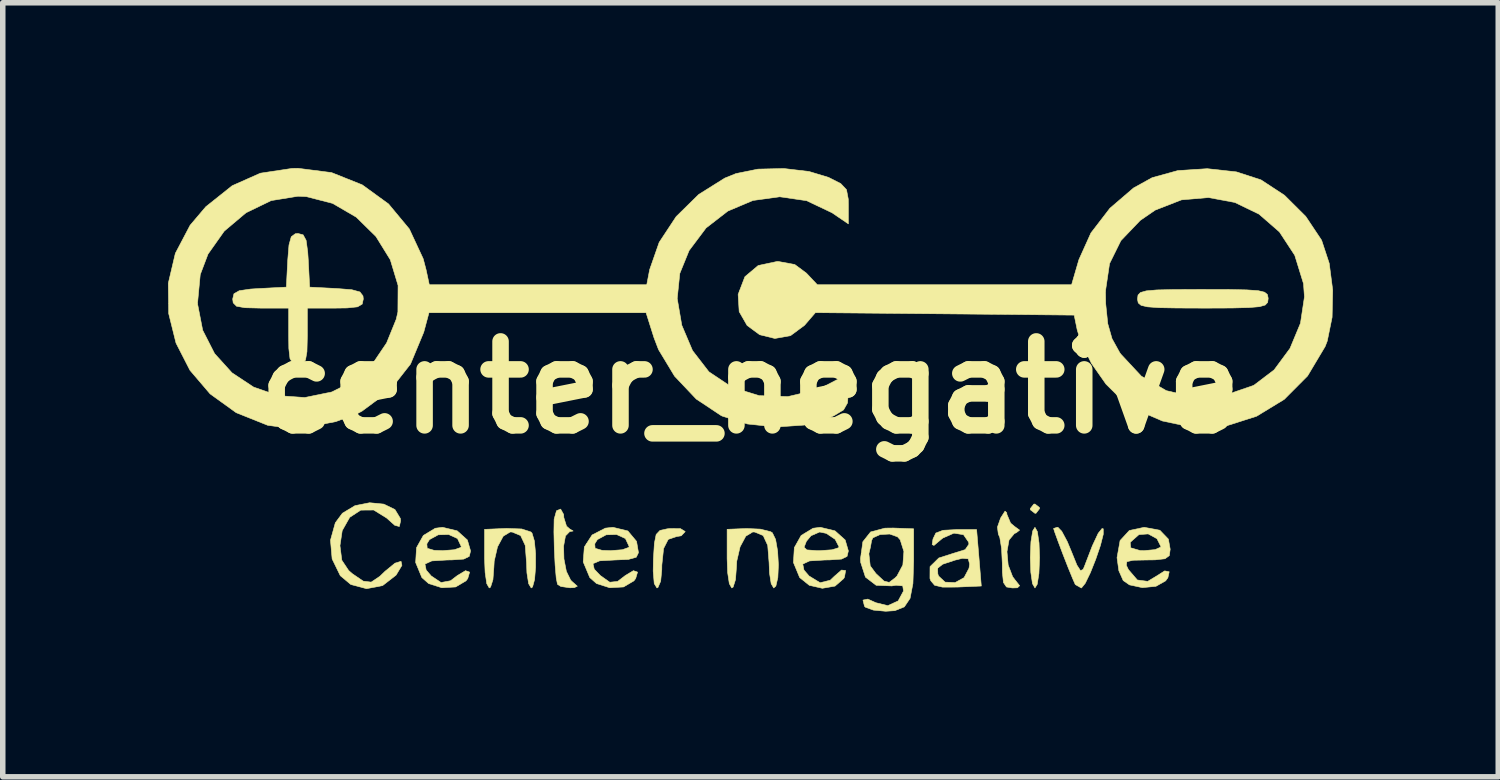
<source format=kicad_pcb>
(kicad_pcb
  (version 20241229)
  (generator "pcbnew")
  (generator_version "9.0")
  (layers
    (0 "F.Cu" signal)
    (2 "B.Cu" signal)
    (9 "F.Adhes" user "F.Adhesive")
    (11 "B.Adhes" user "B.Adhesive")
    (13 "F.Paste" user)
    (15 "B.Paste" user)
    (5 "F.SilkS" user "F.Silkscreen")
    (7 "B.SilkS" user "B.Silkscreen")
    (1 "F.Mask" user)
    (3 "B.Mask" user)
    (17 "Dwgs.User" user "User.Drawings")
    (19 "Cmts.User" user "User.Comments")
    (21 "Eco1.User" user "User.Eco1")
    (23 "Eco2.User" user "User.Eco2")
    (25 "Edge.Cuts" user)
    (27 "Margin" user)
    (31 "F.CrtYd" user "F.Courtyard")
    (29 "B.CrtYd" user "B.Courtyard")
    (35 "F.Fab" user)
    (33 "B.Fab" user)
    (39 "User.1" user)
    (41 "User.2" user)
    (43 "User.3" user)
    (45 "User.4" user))
  (footprint "center_negative"
    (layer "F.Cu")
    (at 10.572 3.982)
    (property "Reference" "center_negative" (at 0 0 0) (layer "F.SilkS") (effects (font (size 1.524 1.524) (thickness 0.3))))
    (attr through_hole)
    (fp_poly (pts (xy 5.247 2.181) (xy 5.249 2.201) (xy 5.185 2.284) (xy 5.165 2.286) (xy 5.082 2.222) (xy 5.08 2.201) (xy 5.144 2.119) (xy 5.165 2.117) (xy 5.247 2.181)) (stroke (width 0.01) (type solid)) (fill yes) (layer "F.SilkS"))
    (fp_poly (pts (xy 5.209 2.618) (xy 5.239 2.824) (xy 5.249 3.09) (xy 5.237 3.378) (xy 5.206 3.575) (xy 5.165 3.641) (xy 5.12 3.563) (xy 5.09 3.357) (xy 5.08 3.09) (xy 5.092 2.803) (xy 5.124 2.606) (xy 5.165 2.54) (xy 5.209 2.618)) (stroke (width 0.01) (type solid)) (fill yes) (layer "F.SilkS"))
    (fp_poly (pts (xy -1.27 2.564) (xy -1.186 2.615) (xy -1.185 2.62) (xy -1.256 2.694) (xy -1.346 2.709) (xy -1.492 2.759) (xy -1.576 2.924) (xy -1.608 3.226) (xy -1.609 3.309) (xy -1.629 3.518) (xy -1.679 3.633) (xy -1.697 3.641) (xy -1.746 3.561) (xy -1.765 3.337) (xy -1.761 3.117) (xy -1.743 2.83) (xy -1.711 2.67) (xy -1.642 2.597) (xy -1.513 2.568) (xy -1.46 2.562) (xy -1.27 2.564)) (stroke (width 0.01) (type solid)) (fill yes) (layer "F.SilkS"))
    (fp_poly (pts (xy -3.39 2.308) (xy -3.387 2.364) (xy -3.338 2.519) (xy -3.281 2.569) (xy -3.218 2.607) (xy -3.281 2.618) (xy -3.357 2.696) (xy -3.391 2.881) (xy -3.385 3.114) (xy -3.341 3.34) (xy -3.262 3.5) (xy -3.239 3.523) (xy -3.142 3.609) (xy -3.197 3.635) (xy -3.276 3.638) (xy -3.441 3.614) (xy -3.502 3.575) (xy -3.525 3.461) (xy -3.545 3.229) (xy -3.56 2.933) (xy -3.567 2.624) (xy -3.563 2.392) (xy -3.52 2.239) (xy -3.445 2.209) (xy -3.39 2.308)) (stroke (width 0.01) (type solid)) (fill yes) (layer "F.SilkS"))
    (fp_poly (pts (xy 4.654 2.276) (xy 4.655 2.303) (xy 4.723 2.464) (xy 4.793 2.523) (xy 4.886 2.591) (xy 4.826 2.639) (xy 4.793 2.652) (xy 4.695 2.769) (xy 4.657 2.982) (xy 4.679 3.225) (xy 4.76 3.437) (xy 4.797 3.486) (xy 4.887 3.6) (xy 4.847 3.638) (xy 4.754 3.641) (xy 4.648 3.623) (xy 4.593 3.542) (xy 4.574 3.357) (xy 4.572 3.192) (xy 4.559 2.924) (xy 4.527 2.725) (xy 4.5 2.663) (xy 4.484 2.536) (xy 4.542 2.371) (xy 4.622 2.246) (xy 4.654 2.276)) (stroke (width 0.01) (type solid)) (fill yes) (layer "F.SilkS"))
    (fp_poly (pts (xy -4.151 2.57) (xy -3.984 2.625) (xy -3.964 2.647) (xy -3.921 2.79) (xy -3.9 3.016) (xy -3.9 3.267) (xy -3.918 3.488) (xy -3.955 3.623) (xy -3.979 3.641) (xy -4.026 3.564) (xy -4.057 3.367) (xy -4.064 3.184) (xy -4.088 2.868) (xy -4.171 2.69) (xy -4.324 2.626) (xy -4.361 2.625) (xy -4.487 2.701) (xy -4.591 2.895) (xy -4.651 3.155) (xy -4.657 3.266) (xy -4.674 3.491) (xy -4.717 3.625) (xy -4.741 3.641) (xy -4.786 3.563) (xy -4.816 3.359) (xy -4.826 3.109) (xy -4.826 2.577) (xy -4.428 2.56) (xy -4.151 2.57)) (stroke (width 0.01) (type solid)) (fill yes) (layer "F.SilkS"))
    (fp_poly (pts (xy 0.182 2.573) (xy 0.367 2.62) (xy 0.398 2.639) (xy 0.457 2.76) (xy 0.494 2.973) (xy 0.508 3.222) (xy 0.498 3.451) (xy 0.462 3.606) (xy 0.423 3.641) (xy 0.377 3.564) (xy 0.346 3.367) (xy 0.339 3.184) (xy 0.314 2.868) (xy 0.232 2.69) (xy 0.079 2.626) (xy 0.041 2.625) (xy -0.084 2.701) (xy -0.188 2.895) (xy -0.248 3.155) (xy -0.254 3.266) (xy -0.271 3.491) (xy -0.314 3.625) (xy -0.339 3.641) (xy -0.383 3.563) (xy -0.414 3.359) (xy -0.423 3.108) (xy -0.423 2.576) (xy -0.068 2.562) (xy 0.182 2.573)) (stroke (width 0.01) (type solid)) (fill yes) (layer "F.SilkS"))
    (fp_poly (pts (xy 5.652 2.613) (xy 5.752 2.8) (xy 5.829 2.985) (xy 5.927 3.227) (xy 5.992 3.327) (xy 6.039 3.304) (xy 6.059 3.26) (xy 6.206 2.878) (xy 6.313 2.649) (xy 6.383 2.562) (xy 6.405 2.567) (xy 6.405 2.667) (xy 6.354 2.868) (xy 6.269 3.118) (xy 6.171 3.364) (xy 6.078 3.556) (xy 6.01 3.64) (xy 6.006 3.641) (xy 5.9 3.581) (xy 5.896 3.576) (xy 5.851 3.474) (xy 5.769 3.274) (xy 5.673 3.029) (xy 5.584 2.793) (xy 5.521 2.619) (xy 5.503 2.561) (xy 5.568 2.54) (xy 5.582 2.54) (xy 5.652 2.613)) (stroke (width 0.01) (type solid)) (fill yes) (layer "F.SilkS"))
    (fp_poly (pts (xy 8.682 -1.777) (xy 9.007 -1.77) (xy 9.216 -1.756) (xy 9.333 -1.728) (xy 9.385 -1.685) (xy 9.398 -1.621) (xy 9.398 -1.609) (xy 9.389 -1.542) (xy 9.345 -1.495) (xy 9.241 -1.465) (xy 9.049 -1.449) (xy 8.744 -1.441) (xy 8.301 -1.439) (xy 8.213 -1.439) (xy 7.744 -1.441) (xy 7.418 -1.447) (xy 7.209 -1.462) (xy 7.092 -1.489) (xy 7.04 -1.533) (xy 7.027 -1.596) (xy 7.027 -1.609) (xy 7.036 -1.676) (xy 7.08 -1.722) (xy 7.185 -1.752) (xy 7.376 -1.769) (xy 7.681 -1.776) (xy 8.125 -1.778) (xy 8.213 -1.778) (xy 8.682 -1.777)) (stroke (width 0.01) (type solid)) (fill yes) (layer "F.SilkS"))
    (fp_poly (pts (xy -6.655 2.119) (xy -6.453 2.217) (xy -6.354 2.38) (xy -6.35 2.423) (xy -6.373 2.526) (xy -6.457 2.503) (xy -6.604 2.371) (xy -6.839 2.226) (xy -7.073 2.228) (xy -7.274 2.359) (xy -7.41 2.6) (xy -7.451 2.873) (xy -7.417 3.138) (xy -7.294 3.323) (xy -7.228 3.381) (xy -7.029 3.517) (xy -6.884 3.535) (xy -6.726 3.429) (xy -6.634 3.34) (xy -6.452 3.191) (xy -6.342 3.157) (xy -6.326 3.231) (xy -6.43 3.404) (xy -6.435 3.41) (xy -6.677 3.598) (xy -6.968 3.654) (xy -7.254 3.578) (xy -7.445 3.418) (xy -7.593 3.114) (xy -7.623 2.774) (xy -7.535 2.458) (xy -7.406 2.284) (xy -7.178 2.147) (xy -6.912 2.094) (xy -6.655 2.119)) (stroke (width 0.01) (type solid)) (fill yes) (layer "F.SilkS"))
    (fp_poly (pts (xy 4.149 3.094) (xy 4.191 3.606) (xy 3.753 3.625) (xy 3.488 3.626) (xy 3.343 3.592) (xy 3.273 3.508) (xy 3.259 3.468) (xy 3.26 3.283) (xy 3.398 3.283) (xy 3.402 3.387) (xy 3.416 3.425) (xy 3.534 3.535) (xy 3.716 3.543) (xy 3.878 3.454) (xy 3.968 3.283) (xy 3.979 3.206) (xy 3.954 3.112) (xy 3.848 3.103) (xy 3.714 3.136) (xy 3.49 3.21) (xy 3.398 3.283) (xy 3.26 3.283) (xy 3.261 3.253) (xy 3.42 3.097) (xy 3.691 3.01) (xy 3.899 2.945) (xy 3.966 2.847) (xy 3.962 2.811) (xy 3.868 2.674) (xy 3.694 2.646) (xy 3.494 2.734) (xy 3.455 2.765) (xy 3.332 2.869) (xy 3.299 2.854) (xy 3.314 2.752) (xy 3.366 2.644) (xy 3.496 2.594) (xy 3.726 2.582) (xy 4.106 2.582) (xy 4.149 3.094)) (stroke (width 0.01) (type solid)) (fill yes) (layer "F.SilkS"))
    (fp_poly (pts (xy -8.119 -2.769) (xy -8.065 -2.669) (xy -8.036 -2.456) (xy -8.026 -2.307) (xy -8.001 -1.82) (xy -7.514 -1.795) (xy -7.236 -1.773) (xy -7.088 -1.732) (xy -7.033 -1.66) (xy -7.027 -1.604) (xy -7.047 -1.512) (xy -7.132 -1.462) (xy -7.32 -1.442) (xy -7.535 -1.439) (xy -8.043 -1.439) (xy -8.043 -0.931) (xy -8.05 -0.648) (xy -8.077 -0.494) (xy -8.138 -0.433) (xy -8.213 -0.423) (xy -8.307 -0.442) (xy -8.358 -0.523) (xy -8.379 -0.706) (xy -8.382 -0.931) (xy -8.382 -1.439) (xy -8.89 -1.439) (xy -9.174 -1.446) (xy -9.328 -1.473) (xy -9.389 -1.535) (xy -9.398 -1.604) (xy -9.375 -1.7) (xy -9.279 -1.755) (xy -9.073 -1.785) (xy -8.911 -1.795) (xy -8.424 -1.82) (xy -8.399 -2.307) (xy -8.376 -2.586) (xy -8.335 -2.734) (xy -8.262 -2.789) (xy -8.213 -2.794) (xy -8.119 -2.769)) (stroke (width 0.01) (type solid)) (fill yes) (layer "F.SilkS"))
    (fp_poly (pts (xy -2.225 2.606) (xy -2.067 2.795) (xy -2.032 3) (xy -2.072 3.083) (xy -2.216 3.123) (xy -2.455 3.133) (xy -2.735 3.148) (xy -2.858 3.2) (xy -2.835 3.3) (xy -2.724 3.416) (xy -2.553 3.537) (xy -2.41 3.522) (xy -2.271 3.415) (xy -2.124 3.327) (xy -2.049 3.353) (xy -2.083 3.469) (xy -2.115 3.512) (xy -2.304 3.623) (xy -2.554 3.637) (xy -2.793 3.561) (xy -2.916 3.452) (xy -3.035 3.168) (xy -3.015 2.897) (xy -2.978 2.84) (xy -2.826 2.84) (xy -2.819 2.921) (xy -2.693 2.958) (xy -2.537 2.963) (xy -2.326 2.947) (xy -2.209 2.905) (xy -2.201 2.889) (xy -2.269 2.744) (xy -2.429 2.671) (xy -2.619 2.676) (xy -2.778 2.763) (xy -2.826 2.84) (xy -2.978 2.84) (xy -2.874 2.679) (xy -2.633 2.555) (xy -2.496 2.54) (xy -2.225 2.606)) (stroke (width 0.01) (type solid)) (fill yes) (layer "F.SilkS"))
    (fp_poly (pts (xy -5.323 2.604) (xy -5.138 2.77) (xy -5.08 2.969) (xy -5.104 3.068) (xy -5.204 3.117) (xy -5.421 3.132) (xy -5.503 3.133) (xy -5.784 3.15) (xy -5.908 3.207) (xy -5.886 3.316) (xy -5.794 3.423) (xy -5.616 3.542) (xy -5.443 3.51) (xy -5.319 3.415) (xy -5.172 3.327) (xy -5.097 3.353) (xy -5.131 3.469) (xy -5.163 3.512) (xy -5.352 3.623) (xy -5.602 3.637) (xy -5.841 3.561) (xy -5.964 3.452) (xy -6.077 3.179) (xy -6.061 2.91) (xy -6.022 2.84) (xy -5.874 2.84) (xy -5.867 2.921) (xy -5.741 2.958) (xy -5.585 2.963) (xy -5.374 2.947) (xy -5.257 2.905) (xy -5.249 2.889) (xy -5.317 2.744) (xy -5.477 2.671) (xy -5.667 2.676) (xy -5.826 2.763) (xy -5.874 2.84) (xy -6.022 2.84) (xy -5.937 2.688) (xy -5.721 2.557) (xy -5.589 2.54) (xy -5.323 2.604)) (stroke (width 0.01) (type solid)) (fill yes) (layer "F.SilkS"))
    (fp_poly (pts (xy 1.535 2.604) (xy 1.72 2.77) (xy 1.778 2.969) (xy 1.754 3.068) (xy 1.654 3.117) (xy 1.437 3.132) (xy 1.355 3.133) (xy 1.074 3.15) (xy 0.95 3.207) (xy 0.972 3.316) (xy 1.064 3.423) (xy 1.265 3.546) (xy 1.45 3.5) (xy 1.524 3.429) (xy 1.654 3.316) (xy 1.728 3.324) (xy 1.708 3.443) (xy 1.693 3.471) (xy 1.536 3.607) (xy 1.306 3.647) (xy 1.069 3.593) (xy 0.894 3.452) (xy 0.781 3.179) (xy 0.797 2.91) (xy 0.801 2.902) (xy 0.974 2.902) (xy 1.024 2.95) (xy 1.202 2.963) (xy 1.267 2.963) (xy 1.48 2.948) (xy 1.6 2.911) (xy 1.609 2.896) (xy 1.538 2.758) (xy 1.377 2.65) (xy 1.256 2.625) (xy 1.1 2.693) (xy 1.016 2.794) (xy 0.974 2.902) (xy 0.801 2.902) (xy 0.921 2.688) (xy 1.137 2.557) (xy 1.269 2.54) (xy 1.535 2.604)) (stroke (width 0.01) (type solid)) (fill yes) (layer "F.SilkS"))
    (fp_poly (pts (xy 7.432 2.593) (xy 7.587 2.754) (xy 7.62 2.938) (xy 7.604 3.054) (xy 7.526 3.111) (xy 7.345 3.131) (xy 7.194 3.133) (xy 6.945 3.138) (xy 6.833 3.164) (xy 6.824 3.229) (xy 6.861 3.307) (xy 7.023 3.496) (xy 7.212 3.521) (xy 7.37 3.426) (xy 7.52 3.331) (xy 7.602 3.347) (xy 7.578 3.455) (xy 7.537 3.512) (xy 7.361 3.611) (xy 7.115 3.635) (xy 6.881 3.585) (xy 6.767 3.506) (xy 6.688 3.328) (xy 6.655 3.091) (xy 6.655 3.09) (xy 6.705 2.813) (xy 6.894 2.813) (xy 6.903 2.912) (xy 7.071 2.961) (xy 7.147 2.963) (xy 7.346 2.945) (xy 7.447 2.9) (xy 7.451 2.889) (xy 7.38 2.747) (xy 7.221 2.66) (xy 7.056 2.672) (xy 7.046 2.678) (xy 6.894 2.813) (xy 6.705 2.813) (xy 6.71 2.781) (xy 6.878 2.598) (xy 7.148 2.54) (xy 7.432 2.593)) (stroke (width 0.01) (type solid)) (fill yes) (layer "F.SilkS"))
    (fp_poly (pts (xy 2.963 2.567) (xy 2.963 3.152) (xy 2.95 3.561) (xy 2.898 3.83) (xy 2.794 3.984) (xy 2.622 4.053) (xy 2.457 4.064) (xy 2.232 4.043) (xy 2.087 3.99) (xy 2.071 3.974) (xy 2.043 3.861) (xy 2.131 3.843) (xy 2.278 3.909) (xy 2.494 3.962) (xy 2.682 3.876) (xy 2.779 3.696) (xy 2.765 3.603) (xy 2.643 3.592) (xy 2.567 3.604) (xy 2.283 3.593) (xy 2.088 3.444) (xy 2.001 3.175) (xy 1.998 3.108) (xy 2.011 3.019) (xy 2.15 3.019) (xy 2.175 3.24) (xy 2.278 3.379) (xy 2.425 3.516) (xy 2.519 3.54) (xy 2.625 3.459) (xy 2.661 3.423) (xy 2.767 3.224) (xy 2.786 2.979) (xy 2.719 2.767) (xy 2.671 2.713) (xy 2.528 2.662) (xy 2.352 2.672) (xy 2.223 2.731) (xy 2.2 2.779) (xy 2.179 2.899) (xy 2.15 3.019) (xy 2.011 3.019) (xy 2.041 2.802) (xy 2.182 2.624) (xy 2.442 2.555) (xy 2.593 2.553) (xy 2.963 2.567)) (stroke (width 0.01) (type solid)) (fill yes) (layer "F.SilkS"))
    (fp_poly (pts (xy 8.822 -3.912) (xy 9.268 -3.767) (xy 9.694 -3.488) (xy 10.08 -3.104) (xy 10.364 -2.678) (xy 10.371 -2.664) (xy 10.507 -2.251) (xy 10.57 -1.765) (xy 10.559 -1.272) (xy 10.471 -0.841) (xy 10.432 -0.741) (xy 10.114 -0.208) (xy 9.69 0.218) (xy 9.188 0.524) (xy 8.635 0.7) (xy 8.055 0.732) (xy 7.479 0.61) (xy 7.16 0.472) (xy 6.853 0.302) (xy 6.74 0.224) (xy 6.454 -0.06) (xy 6.191 -0.435) (xy 5.997 -0.829) (xy 5.932 -1.044) (xy 5.877 -1.312) (xy 3.528 -1.335) (xy 1.18 -1.357) (xy 0.982 -1.127) (xy 0.728 -0.939) (xy 0.444 -0.888) (xy 0.168 -0.956) (xy -0.06 -1.124) (xy -0.204 -1.375) (xy -0.223 -1.687) (xy -0.2 -1.748) (xy 6.445 -1.748) (xy 6.449 -1.521) (xy 6.487 -1.155) (xy 6.564 -0.884) (xy 6.702 -0.634) (xy 6.724 -0.603) (xy 7.096 -0.204) (xy 7.549 0.059) (xy 8.057 0.179) (xy 8.59 0.151) (xy 9.123 -0.032) (xy 9.145 -0.043) (xy 9.507 -0.318) (xy 9.795 -0.708) (xy 9.985 -1.165) (xy 10.057 -1.643) (xy 10.04 -1.883) (xy 9.881 -2.398) (xy 9.603 -2.822) (xy 9.232 -3.145) (xy 8.793 -3.357) (xy 8.316 -3.446) (xy 7.825 -3.404) (xy 7.348 -3.218) (xy 7.076 -3.031) (xy 6.725 -2.664) (xy 6.519 -2.247) (xy 6.445 -1.748) (xy -0.2 -1.748) (xy -0.1 -2.009) (xy 0.141 -2.212) (xy 0.487 -2.286) (xy 0.503 -2.286) (xy 0.804 -2.231) (xy 1.016 -2.074) (xy 1.215 -1.863) (xy 5.83 -1.863) (xy 5.963 -2.319) (xy 6.181 -2.803) (xy 6.526 -3.252) (xy 6.955 -3.62) (xy 7.293 -3.807) (xy 7.76 -3.936) (xy 8.293 -3.97) (xy 8.822 -3.912)) (stroke (width 0.01) (type solid)) (fill yes) (layer "F.SilkS"))
    (fp_poly (pts (xy -7.603 -3.899) (xy -7.047 -3.677) (xy -6.569 -3.33) (xy -6.192 -2.876) (xy -5.94 -2.335) (xy -5.888 -2.138) (xy -5.829 -1.863) (xy -1.882 -1.863) (xy -1.829 -2.138) (xy -1.656 -2.633) (xy -1.348 -3.1) (xy -0.939 -3.502) (xy -0.465 -3.799) (xy -0.263 -3.881) (xy 0.137 -3.962) (xy 0.606 -3.973) (xy 1.065 -3.919) (xy 1.418 -3.812) (xy 1.639 -3.7) (xy 1.744 -3.589) (xy 1.776 -3.419) (xy 1.778 -3.309) (xy 1.778 -2.968) (xy 1.481 -3.17) (xy 1.02 -3.389) (xy 0.532 -3.46) (xy 0.046 -3.393) (xy -0.409 -3.201) (xy -0.805 -2.894) (xy -1.113 -2.484) (xy -1.282 -2.069) (xy -1.329 -1.613) (xy -1.246 -1.128) (xy -1.051 -0.668) (xy -0.759 -0.29) (xy -0.748 -0.279) (xy -0.331 -0.001) (xy 0.159 0.15) (xy 0.681 0.167) (xy 1.193 0.046) (xy 1.369 -0.034) (xy 1.778 -0.246) (xy 1.778 0.076) (xy 1.763 0.281) (xy 1.691 0.408) (xy 1.518 0.513) (xy 1.421 0.559) (xy 0.981 0.684) (xy 0.468 0.719) (xy -0.051 0.665) (xy -0.507 0.523) (xy -0.531 0.512) (xy -0.983 0.212) (xy -1.377 -0.204) (xy -1.668 -0.686) (xy -1.75 -0.9) (xy -1.894 -1.355) (xy -5.835 -1.355) (xy -5.93 -1.002) (xy -6.17 -0.424) (xy -6.546 0.057) (xy -7.049 0.43) (xy -7.133 0.475) (xy -7.529 0.622) (xy -7.991 0.71) (xy -8.444 0.731) (xy -8.763 0.688) (xy -9.335 0.459) (xy -9.808 0.118) (xy -10.174 -0.311) (xy -10.427 -0.805) (xy -10.56 -1.34) (xy -10.562 -1.521) (xy -10.037 -1.521) (xy -9.943 -1.038) (xy -9.727 -0.614) (xy -9.411 -0.265) (xy -9.018 -0.005) (xy -8.57 0.15) (xy -8.089 0.184) (xy -7.598 0.083) (xy -7.183 -0.126) (xy -6.869 -0.415) (xy -6.604 -0.807) (xy -6.429 -1.238) (xy -6.399 -1.37) (xy -6.396 -1.851) (xy -6.537 -2.317) (xy -6.798 -2.739) (xy -7.155 -3.09) (xy -7.584 -3.34) (xy -8.061 -3.463) (xy -8.213 -3.47) (xy -8.699 -3.391) (xy -9.156 -3.17) (xy -9.551 -2.837) (xy -9.846 -2.42) (xy -9.987 -2.048) (xy -10.037 -1.521) (xy -10.562 -1.521) (xy -10.567 -1.89) (xy -10.439 -2.433) (xy -10.171 -2.943) (xy -9.886 -3.279) (xy -9.407 -3.661) (xy -8.896 -3.888) (xy -8.319 -3.975) (xy -8.213 -3.977) (xy -7.603 -3.899)) (stroke (width 0.01) (type solid)) (fill yes) (layer "F.SilkS")))
  (gr_rect
    (start -3 -3)
    (end 24.147 11.051)
    (stroke (width 0.1) (type default))
    (fill no)
    (layer "Edge.Cuts")))
</source>
